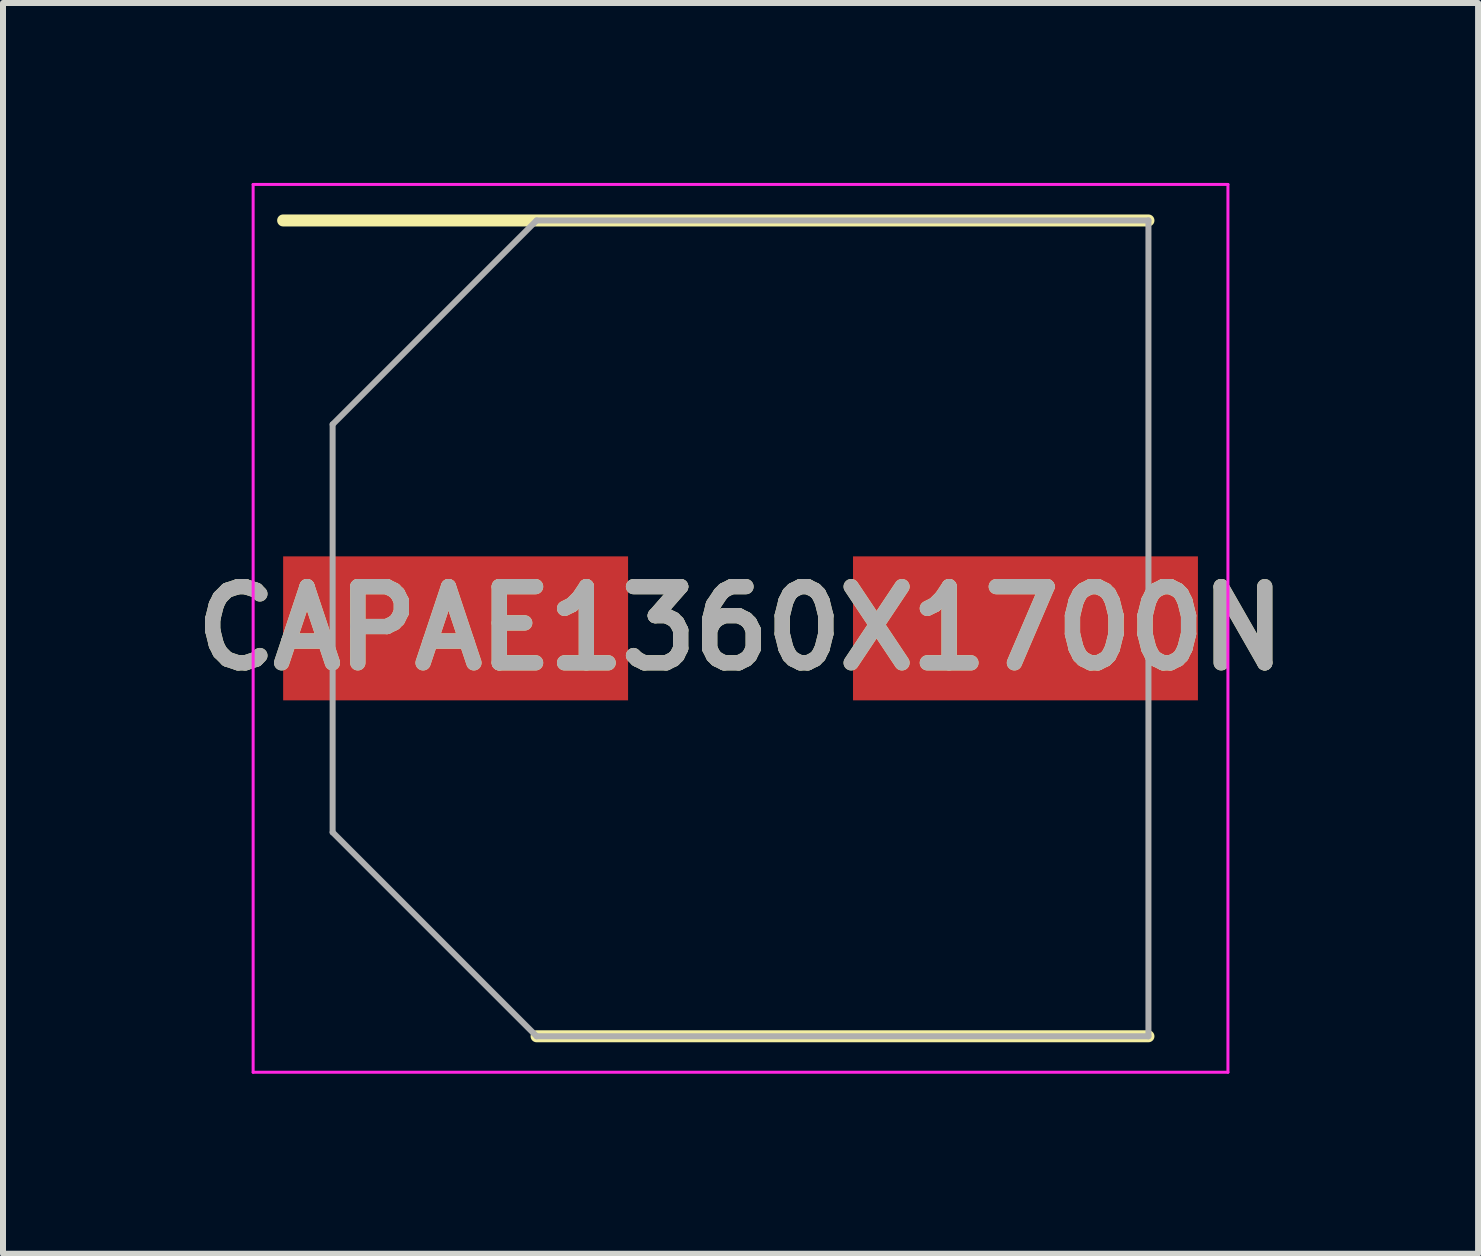
<source format=kicad_pcb>
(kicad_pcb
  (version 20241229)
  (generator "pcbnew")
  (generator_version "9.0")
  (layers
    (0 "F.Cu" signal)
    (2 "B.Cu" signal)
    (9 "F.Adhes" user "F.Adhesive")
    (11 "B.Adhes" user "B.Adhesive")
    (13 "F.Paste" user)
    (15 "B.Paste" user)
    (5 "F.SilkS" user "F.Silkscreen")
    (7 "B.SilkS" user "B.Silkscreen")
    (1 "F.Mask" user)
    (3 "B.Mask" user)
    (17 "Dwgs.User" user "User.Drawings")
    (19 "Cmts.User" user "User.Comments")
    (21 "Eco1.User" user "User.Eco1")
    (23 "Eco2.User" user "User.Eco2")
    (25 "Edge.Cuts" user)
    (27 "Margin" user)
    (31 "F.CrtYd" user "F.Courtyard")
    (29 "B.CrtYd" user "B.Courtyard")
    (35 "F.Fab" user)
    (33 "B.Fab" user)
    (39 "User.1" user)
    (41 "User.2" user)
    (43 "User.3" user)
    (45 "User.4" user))
  (footprint "CAPAE1360X1700N"
    (layer "F.Cu")
    (at 9.295 7.425)
    (property "Reference" "CAPAE1360X1700N" (at 0 0 0) (layer "F.SilkS") (effects (font (size 1.27 1.27) (thickness 0.254))))
    (attr smd)
    (fp_line (start -7.625 -6.8) (end 6.8 -6.8) (stroke (width 0.2) (type solid)) (layer "F.SilkS"))
    (fp_line (start -3.4 6.8) (end 6.8 6.8) (stroke (width 0.2) (type solid)) (layer "F.SilkS"))
    (fp_line (start -8.125 -7.4) (end 8.125 -7.4) (stroke (width 0.05) (type solid)) (layer "F.CrtYd"))
    (fp_line (start -8.125 7.4) (end -8.125 -7.4) (stroke (width 0.05) (type solid)) (layer "F.CrtYd"))
    (fp_line (start 8.125 -7.4) (end 8.125 7.4) (stroke (width 0.05) (type solid)) (layer "F.CrtYd"))
    (fp_line (start 8.125 7.4) (end -8.125 7.4) (stroke (width 0.05) (type solid)) (layer "F.CrtYd"))
    (fp_line (start -6.8 -3.4) (end -6.8 3.4) (stroke (width 0.1) (type solid)) (layer "F.Fab"))
    (fp_line (start -6.8 3.4) (end -3.4 6.8) (stroke (width 0.1) (type solid)) (layer "F.Fab"))
    (fp_line (start -3.4 -6.8) (end -6.8 -3.4) (stroke (width 0.1) (type solid)) (layer "F.Fab"))
    (fp_line (start -3.4 6.8) (end 6.8 6.8) (stroke (width 0.1) (type solid)) (layer "F.Fab"))
    (fp_line (start 6.8 -6.8) (end -3.4 -6.8) (stroke (width 0.1) (type solid)) (layer "F.Fab"))
    (fp_line (start 6.8 6.8) (end 6.8 -6.8) (stroke (width 0.1) (type solid)) (layer "F.Fab"))
    (fp_text user "${REFERENCE}" (at 0 0 0) (layer "F.Fab") (effects (font (size 1.27 1.27) (thickness 0.254))))
    (pad "1" smd rect (at -4.75 0 90) (size 2.4 5.75) (layers "F.Cu" "F.Mask" "F.Paste"))
    (pad "2" smd rect (at 4.75 0 90) (size 2.4 5.75) (layers "F.Cu" "F.Mask" "F.Paste")))
  (gr_rect
    (start -3 -3)
    (end 21.59 17.85)
    (stroke (width 0.1) (type default))
    (fill no)
    (layer "Edge.Cuts")))
</source>
